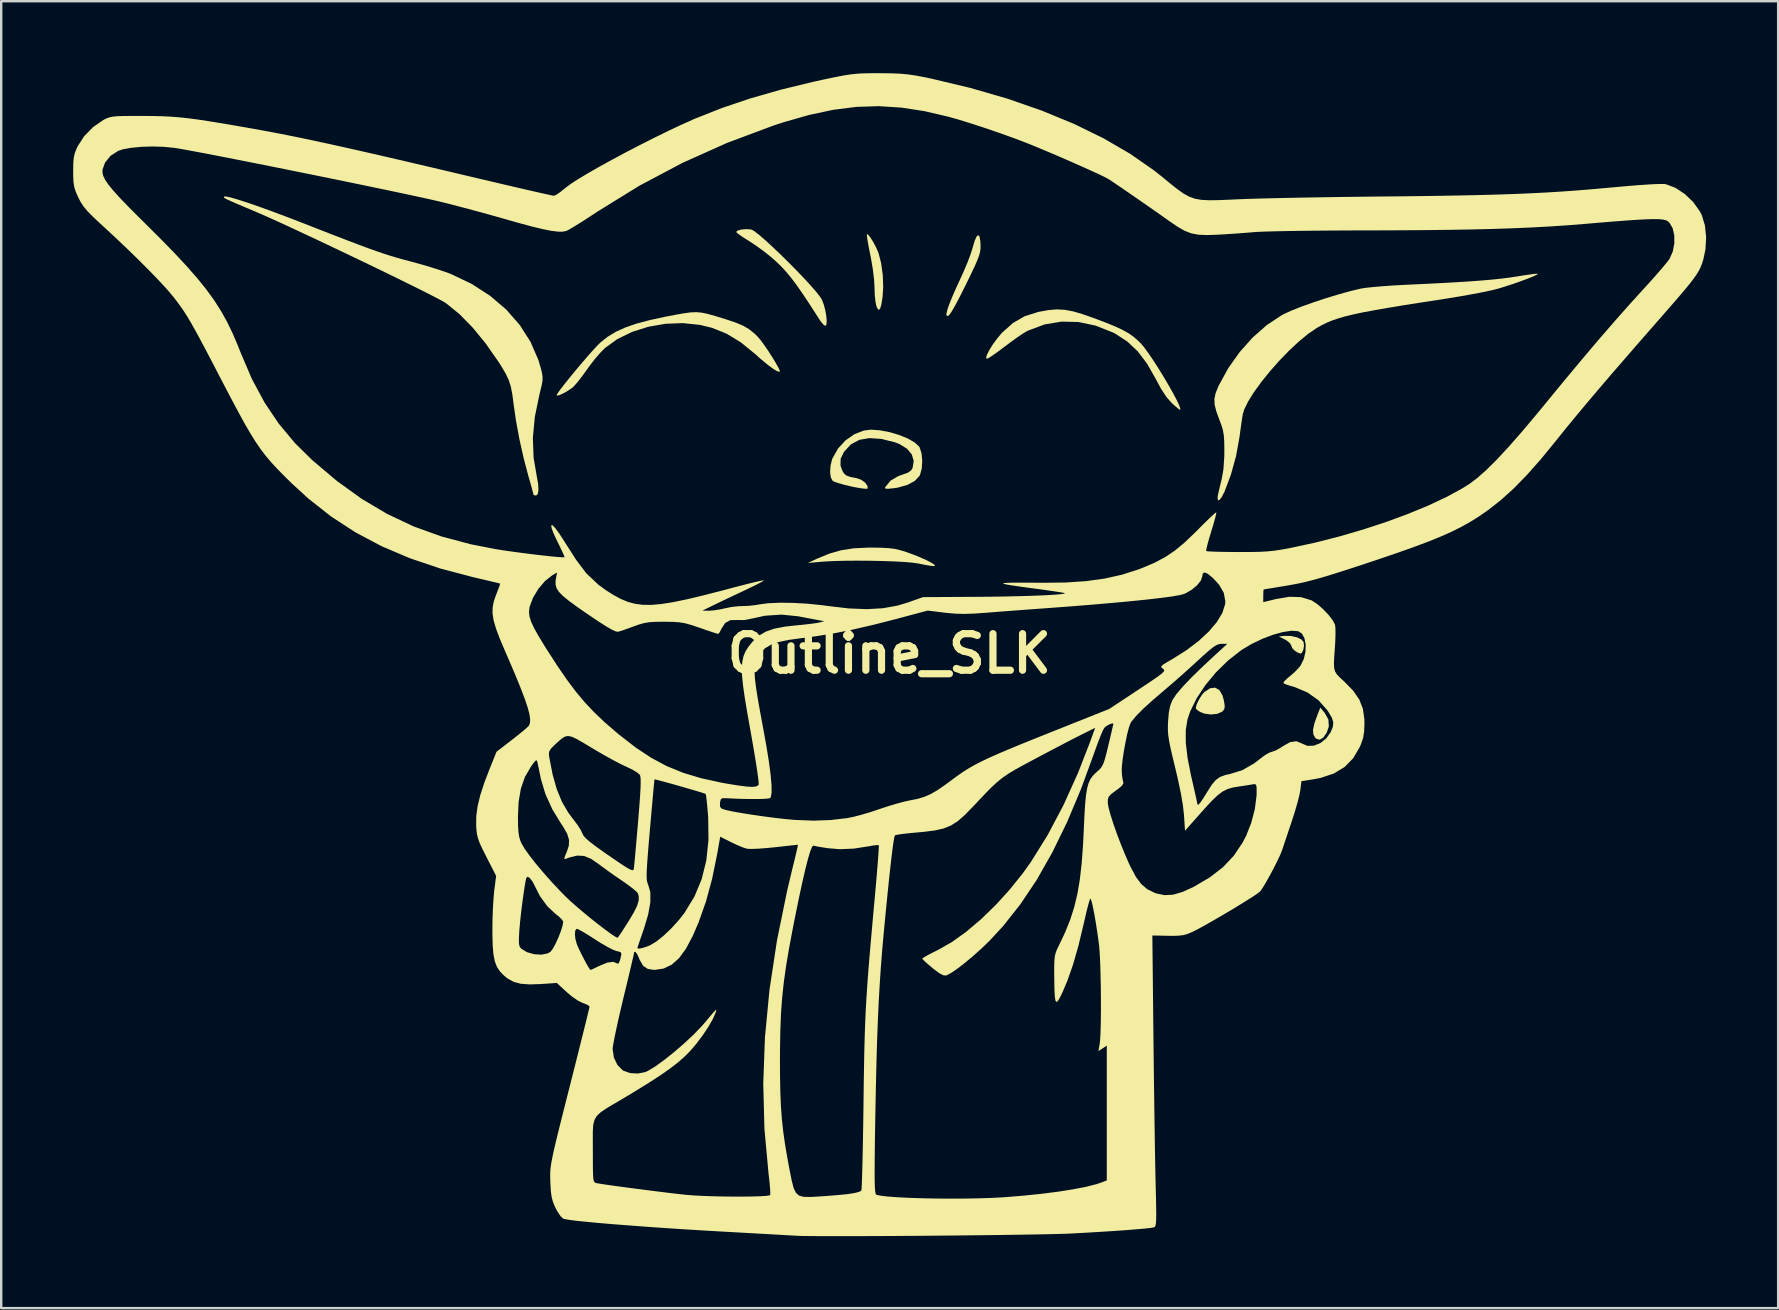
<source format=kicad_pcb>
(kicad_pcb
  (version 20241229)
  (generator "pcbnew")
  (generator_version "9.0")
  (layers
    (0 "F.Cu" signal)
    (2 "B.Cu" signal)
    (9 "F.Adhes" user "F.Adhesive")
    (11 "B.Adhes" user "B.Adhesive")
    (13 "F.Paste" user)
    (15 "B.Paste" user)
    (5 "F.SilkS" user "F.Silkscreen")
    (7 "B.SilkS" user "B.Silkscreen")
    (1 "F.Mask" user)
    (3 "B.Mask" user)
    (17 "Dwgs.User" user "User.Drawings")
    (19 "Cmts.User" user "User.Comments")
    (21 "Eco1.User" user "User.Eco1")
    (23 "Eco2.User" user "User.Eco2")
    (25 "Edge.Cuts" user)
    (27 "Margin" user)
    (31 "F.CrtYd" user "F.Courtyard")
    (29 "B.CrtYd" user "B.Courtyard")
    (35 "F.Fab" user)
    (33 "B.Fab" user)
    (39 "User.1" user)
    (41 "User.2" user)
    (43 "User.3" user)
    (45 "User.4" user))
  (footprint "Outline_SLK"
    (layer "F.Cu")
    (at 34.015 24.193)
    (property "Reference" "Outline_SLK" (at 0 0 0) (layer "F.SilkS") (effects (font (size 1.524 1.524) (thickness 0.3))))
    (attr board_only exclude_from_pos_files exclude_from_bom)
    (fp_poly (pts (xy 18.144 2.468) (xy 18.298 2.741) (xy 18.316 3.035) (xy 18.226 3.297) (xy 18.081 3.502) (xy 17.931 3.586) (xy 17.788 3.542) (xy 17.754 3.511) (xy 17.671 3.367) (xy 17.656 3.178) (xy 17.711 2.918) (xy 17.804 2.651) (xy 17.959 2.248)) (stroke (width 0) (type solid)) (fill yes) (layer "F.SilkS"))
    (fp_poly (pts (xy 16.734 -0.738) (xy 16.98 -0.684) (xy 17.171 -0.593) (xy 17.264 -0.485) (xy 17.281 -0.325) (xy 17.252 -0.157) (xy 17.193 -0.034) (xy 17.138 -0.004) (xy 17.026 -0.043) (xy 16.905 -0.115) (xy 16.789 -0.235) (xy 16.75 -0.339) (xy 16.693 -0.442) (xy 16.547 -0.556) (xy 16.493 -0.586) (xy 16.235 -0.717) (xy 16.476 -0.742)) (stroke (width 0) (type solid)) (fill yes) (layer "F.SilkS"))
    (fp_poly (pts (xy 13.752 1.515) (xy 13.884 1.739) (xy 13.944 1.959) (xy 13.976 2.168) (xy 13.966 2.293) (xy 13.906 2.38) (xy 13.861 2.42) (xy 13.663 2.508) (xy 13.399 2.535) (xy 13.126 2.497) (xy 12.957 2.432) (xy 12.825 2.344) (xy 12.769 2.273) (xy 12.769 2.272) (xy 12.808 2.115) (xy 12.904 1.911) (xy 13.028 1.714) (xy 13.123 1.604) (xy 13.362 1.443) (xy 13.575 1.415)) (stroke (width 0) (type solid)) (fill yes) (layer "F.SilkS"))
    (fp_poly (pts (xy -0.88 -17.458) (xy -0.786 -17.339) (xy -0.673 -17.158) (xy -0.56 -16.948) (xy -0.468 -16.741) (xy -0.45 -16.694) (xy -0.341 -16.273) (xy -0.274 -15.78) (xy -0.256 -15.275) (xy -0.281 -14.882) (xy -0.331 -14.562) (xy -0.384 -14.378) (xy -0.442 -14.326) (xy -0.507 -14.404) (xy -0.541 -14.49) (xy -0.578 -14.667) (xy -0.606 -14.929) (xy -0.618 -15.22) (xy -0.618 -15.249) (xy -0.636 -15.584) (xy -0.685 -16) (xy -0.759 -16.444) (xy -0.794 -16.619) (xy -0.858 -16.939) (xy -0.906 -17.208) (xy -0.934 -17.398) (xy -0.937 -17.483) (xy -0.936 -17.485)) (stroke (width 0) (type solid)) (fill yes) (layer "F.SilkS"))
    (fp_poly (pts (xy 3.761 -17.372) (xy 3.794 -17.164) (xy 3.801 -17.011) (xy 3.799 -16.877) (xy 3.781 -16.743) (xy 3.739 -16.589) (xy 3.665 -16.394) (xy 3.553 -16.137) (xy 3.393 -15.8) (xy 3.179 -15.36) (xy 2.942 -14.887) (xy 2.745 -14.515) (xy 2.593 -14.252) (xy 2.488 -14.104) (xy 2.445 -14.073) (xy 2.388 -14.088) (xy 2.377 -14.155) (xy 2.411 -14.306) (xy 2.44 -14.404) (xy 2.507 -14.591) (xy 2.619 -14.867) (xy 2.762 -15.196) (xy 2.921 -15.542) (xy 2.943 -15.588) (xy 3.106 -15.947) (xy 3.257 -16.308) (xy 3.38 -16.63) (xy 3.458 -16.873) (xy 3.462 -16.887) (xy 3.555 -17.203) (xy 3.638 -17.39) (xy 3.708 -17.447)) (stroke (width 0) (type solid)) (fill yes) (layer "F.SilkS"))
    (fp_poly (pts (xy -0.324 -4.415) (xy -0.024 -4.399) (xy 0.22 -4.368) (xy 0.447 -4.316) (xy 0.699 -4.238) (xy 0.721 -4.231) (xy 1.028 -4.119) (xy 1.317 -4.001) (xy 1.569 -3.886) (xy 1.763 -3.784) (xy 1.88 -3.704) (xy 1.901 -3.658) (xy 1.854 -3.65) (xy 1.7 -3.666) (xy 1.465 -3.706) (xy 1.201 -3.759) (xy 0.967 -3.793) (xy 0.622 -3.822) (xy 0.191 -3.845) (xy -0.299 -3.862) (xy -0.822 -3.873) (xy -1.352 -3.876) (xy -1.863 -3.872) (xy -2.33 -3.859) (xy -2.725 -3.839) (xy -2.849 -3.829) (xy -3.398 -3.779) (xy -3.028 -3.952) (xy -2.509 -4.167) (xy -2.01 -4.311) (xy -1.483 -4.392) (xy -0.883 -4.421) (xy -0.721 -4.421)) (stroke (width 0) (type solid)) (fill yes) (layer "F.SilkS"))
    (fp_poly (pts (xy -5.775 -17.681) (xy -5.749 -17.676) (xy -5.632 -17.613) (xy -5.438 -17.463) (xy -5.184 -17.244) (xy -4.886 -16.971) (xy -4.558 -16.66) (xy -4.218 -16.326) (xy -3.881 -15.985) (xy -3.564 -15.654) (xy -3.282 -15.347) (xy -3.05 -15.082) (xy -2.886 -14.873) (xy -2.817 -14.764) (xy -2.736 -14.561) (xy -2.671 -14.319) (xy -2.628 -14.074) (xy -2.611 -13.86) (xy -2.624 -13.711) (xy -2.667 -13.661) (xy -2.748 -13.714) (xy -2.86 -13.848) (xy -2.908 -13.919) (xy -3.276 -14.492) (xy -3.588 -14.964) (xy -3.858 -15.352) (xy -4.097 -15.671) (xy -4.321 -15.94) (xy -4.541 -16.174) (xy -4.772 -16.392) (xy -4.998 -16.586) (xy -5.286 -16.81) (xy -5.61 -17.042) (xy -5.904 -17.234) (xy -5.921 -17.244) (xy -6.139 -17.381) (xy -6.302 -17.496) (xy -6.381 -17.568) (xy -6.384 -17.576) (xy -6.323 -17.635) (xy -6.171 -17.676) (xy -5.973 -17.694)) (stroke (width 0) (type solid)) (fill yes) (layer "F.SilkS"))
    (fp_poly (pts (xy 7.308 -14.332) (xy 7.662 -14.266) (xy 8.073 -14.144) (xy 8.481 -14.001) (xy 8.994 -13.808) (xy 9.399 -13.643) (xy 9.717 -13.496) (xy 9.97 -13.354) (xy 10.181 -13.206) (xy 10.372 -13.039) (xy 10.472 -12.941) (xy 10.614 -12.774) (xy 10.79 -12.534) (xy 10.99 -12.24) (xy 11.203 -11.909) (xy 11.417 -11.562) (xy 11.622 -11.216) (xy 11.807 -10.89) (xy 11.959 -10.603) (xy 12.07 -10.373) (xy 12.126 -10.219) (xy 12.118 -10.16) (xy 12.116 -10.16) (xy 12.05 -10.203) (xy 11.916 -10.314) (xy 11.774 -10.442) (xy 11.553 -10.69) (xy 11.323 -11.041) (xy 11.106 -11.445) (xy 10.746 -12.079) (xy 10.359 -12.592) (xy 9.928 -13.001) (xy 9.439 -13.322) (xy 9.313 -13.388) (xy 8.597 -13.672) (xy 7.88 -13.823) (xy 7.169 -13.839) (xy 6.472 -13.722) (xy 5.795 -13.47) (xy 5.692 -13.418) (xy 5.544 -13.328) (xy 5.32 -13.175) (xy 5.052 -12.981) (xy 4.802 -12.793) (xy 4.54 -12.597) (xy 4.314 -12.436) (xy 4.146 -12.328) (xy 4.062 -12.288) (xy 4.032 -12.338) (xy 4.073 -12.47) (xy 4.171 -12.661) (xy 4.312 -12.886) (xy 4.482 -13.121) (xy 4.666 -13.341) (xy 4.71 -13.389) (xy 5.155 -13.784) (xy 5.634 -14.06) (xy 6.181 -14.236) (xy 6.228 -14.247) (xy 6.627 -14.319) (xy 6.975 -14.349)) (stroke (width 0) (type solid)) (fill yes) (layer "F.SilkS"))
    (fp_poly (pts (xy -7.824 -14.213) (xy -7.571 -14.16) (xy -7.256 -14.072) (xy -6.845 -13.946) (xy -6.81 -13.935) (xy -6.4 -13.798) (xy -6.089 -13.666) (xy -5.841 -13.52) (xy -5.618 -13.339) (xy -5.478 -13.202) (xy -5.36 -13.061) (xy -5.21 -12.856) (xy -5.044 -12.613) (xy -4.88 -12.358) (xy -4.734 -12.118) (xy -4.623 -11.92) (xy -4.564 -11.79) (xy -4.561 -11.755) (xy -4.649 -11.761) (xy -4.82 -11.857) (xy -5.062 -12.034) (xy -5.364 -12.285) (xy -5.6 -12.495) (xy -6.189 -12.975) (xy -6.776 -13.332) (xy -7.384 -13.579) (xy -7.895 -13.703) (xy -8.61 -13.777) (xy -9.338 -13.748) (xy -10.053 -13.623) (xy -10.728 -13.408) (xy -11.338 -13.11) (xy -11.849 -12.741) (xy -12.042 -12.547) (xy -12.272 -12.28) (xy -12.504 -11.981) (xy -12.623 -11.815) (xy -12.816 -11.546) (xy -13.002 -11.309) (xy -13.156 -11.135) (xy -13.233 -11.066) (xy -13.447 -10.927) (xy -13.644 -10.821) (xy -13.793 -10.762) (xy -13.865 -10.762) (xy -13.867 -10.771) (xy -13.824 -10.853) (xy -13.707 -11.017) (xy -13.53 -11.246) (xy -13.312 -11.518) (xy -13.067 -11.816) (xy -12.813 -12.118) (xy -12.565 -12.405) (xy -12.34 -12.659) (xy -12.154 -12.858) (xy -12.036 -12.974) (xy -11.738 -13.209) (xy -11.402 -13.413) (xy -11.01 -13.592) (xy -10.545 -13.753) (xy -9.988 -13.902) (xy -9.322 -14.046) (xy -8.856 -14.134) (xy -8.529 -14.191) (xy -8.27 -14.225) (xy -8.046 -14.233)) (stroke (width 0) (type solid)) (fill yes) (layer "F.SilkS"))
    (fp_poly (pts (xy -0.384 -9.308) (xy 0.016 -9.231) (xy 0.408 -9.115) (xy 0.761 -8.971) (xy 1.045 -8.81) (xy 1.231 -8.643) (xy 1.265 -8.59) (xy 1.343 -8.341) (xy 1.371 -8.03) (xy 1.35 -7.716) (xy 1.28 -7.457) (xy 1.254 -7.406) (xy 1.058 -7.198) (xy 0.751 -7.033) (xy 0.356 -6.922) (xy 0.179 -6.895) (xy -0.045 -6.873) (xy -0.158 -6.878) (xy -0.183 -6.913) (xy -0.171 -6.942) (xy 0.056 -7.216) (xy 0.382 -7.405) (xy 0.533 -7.457) (xy 0.769 -7.541) (xy 0.905 -7.636) (xy 0.97 -7.745) (xy 1.016 -8.037) (xy 0.933 -8.308) (xy 0.732 -8.545) (xy 0.42 -8.737) (xy 0.225 -8.812) (xy -0.336 -8.951) (xy -0.828 -8.984) (xy -1.244 -8.914) (xy -1.577 -8.739) (xy -1.621 -8.703) (xy -1.892 -8.41) (xy -2.03 -8.125) (xy -2.036 -7.838) (xy -1.957 -7.621) (xy -1.882 -7.5) (xy -1.786 -7.422) (xy -1.633 -7.368) (xy -1.384 -7.319) (xy -1.355 -7.314) (xy -1.167 -7.245) (xy -1.006 -7.125) (xy -0.909 -6.988) (xy -0.903 -6.881) (xy -0.976 -6.871) (xy -1.152 -6.889) (xy -1.402 -6.931) (xy -1.592 -6.97) (xy -1.888 -7.041) (xy -2.14 -7.113) (xy -2.313 -7.176) (xy -2.364 -7.204) (xy -2.439 -7.343) (xy -2.469 -7.567) (xy -2.452 -7.832) (xy -2.389 -8.092) (xy -2.369 -8.143) (xy -2.139 -8.549) (xy -1.827 -8.889) (xy -1.459 -9.146) (xy -1.061 -9.3) (xy -0.765 -9.336)) (stroke (width 0) (type solid)) (fill yes) (layer "F.SilkS"))
    (fp_poly (pts (xy -27.429 -19.007) (xy -27.123 -18.917) (xy -26.726 -18.788) (xy -26.25 -18.624) (xy -25.709 -18.428) (xy -25.113 -18.204) (xy -24.534 -17.981) (xy -23.77 -17.682) (xy -23.12 -17.429) (xy -22.567 -17.216) (xy -22.099 -17.039) (xy -21.701 -16.891) (xy -21.358 -16.769) (xy -21.056 -16.666) (xy -20.78 -16.578) (xy -20.516 -16.499) (xy -20.249 -16.424) (xy -19.965 -16.349) (xy -19.93 -16.34) (xy -19.506 -16.224) (xy -19.075 -16.096) (xy -18.678 -15.969) (xy -18.358 -15.857) (xy -18.261 -15.819) (xy -17.401 -15.407) (xy -16.634 -14.912) (xy -15.967 -14.341) (xy -15.406 -13.702) (xy -14.958 -13.002) (xy -14.63 -12.248) (xy -14.523 -11.891) (xy -14.475 -11.692) (xy -14.452 -11.533) (xy -14.456 -11.375) (xy -14.491 -11.178) (xy -14.558 -10.9) (xy -14.584 -10.796) (xy -14.776 -9.864) (xy -14.857 -8.994) (xy -14.827 -8.167) (xy -14.692 -7.38) (xy -14.637 -7.079) (xy -14.624 -6.83) (xy -14.652 -6.658) (xy -14.72 -6.59) (xy -14.725 -6.59) (xy -14.817 -6.608) (xy -14.828 -6.623) (xy -14.846 -6.698) (xy -14.895 -6.877) (xy -14.966 -7.132) (xy -15.039 -7.384) (xy -15.241 -8.15) (xy -15.421 -8.955) (xy -15.566 -9.743) (xy -15.658 -10.391) (xy -15.713 -10.807) (xy -15.776 -11.129) (xy -15.863 -11.403) (xy -15.991 -11.673) (xy -16.174 -11.984) (xy -16.286 -12.159) (xy -16.819 -12.922) (xy -17.367 -13.592) (xy -17.918 -14.153) (xy -18.461 -14.594) (xy -18.5 -14.621) (xy -18.637 -14.702) (xy -18.885 -14.834) (xy -19.23 -15.011) (xy -19.658 -15.226) (xy -20.156 -15.472) (xy -20.709 -15.744) (xy -21.305 -16.033) (xy -21.928 -16.334) (xy -22.566 -16.639) (xy -23.205 -16.943) (xy -23.83 -17.239) (xy -24.429 -17.52) (xy -24.987 -17.78) (xy -25.49 -18.011) (xy -25.926 -18.208) (xy -26.279 -18.363) (xy -26.378 -18.405) (xy -26.832 -18.597) (xy -27.175 -18.743) (xy -27.421 -18.85) (xy -27.586 -18.924) (xy -27.683 -18.975) (xy -27.729 -19.007) (xy -27.738 -19.029) (xy -27.724 -19.048) (xy -27.722 -19.051) (xy -27.633 -19.053)) (stroke (width 0) (type solid)) (fill yes) (layer "F.SilkS"))
    (fp_poly (pts (xy 27.026 -15.833) (xy 27.027 -15.833) (xy 26.985 -15.795) (xy 26.836 -15.724) (xy 26.604 -15.63) (xy 26.314 -15.522) (xy 25.99 -15.408) (xy 25.655 -15.299) (xy 25.369 -15.212) (xy 25.117 -15.149) (xy 24.759 -15.072) (xy 24.325 -14.988) (xy 23.845 -14.902) (xy 23.349 -14.82) (xy 23.173 -14.792) (xy 22.263 -14.652) (xy 21.477 -14.528) (xy 20.803 -14.417) (xy 20.23 -14.317) (xy 19.745 -14.226) (xy 19.337 -14.139) (xy 18.993 -14.056) (xy 18.702 -13.972) (xy 18.453 -13.886) (xy 18.232 -13.794) (xy 18.029 -13.695) (xy 17.831 -13.584) (xy 17.815 -13.575) (xy 17.458 -13.332) (xy 17.069 -13.012) (xy 16.663 -12.633) (xy 16.257 -12.215) (xy 15.868 -11.775) (xy 15.51 -11.332) (xy 15.2 -10.906) (xy 14.955 -10.515) (xy 14.79 -10.177) (xy 14.732 -9.988) (xy 14.706 -9.836) (xy 14.669 -9.586) (xy 14.626 -9.276) (xy 14.593 -9.027) (xy 14.451 -8.241) (xy 14.234 -7.456) (xy 13.965 -6.745) (xy 13.853 -6.527) (xy 13.76 -6.407) (xy 13.697 -6.392) (xy 13.678 -6.488) (xy 13.694 -6.607) (xy 13.734 -6.793) (xy 13.795 -7.05) (xy 13.852 -7.277) (xy 13.924 -7.688) (xy 13.959 -8.204) (xy 13.962 -8.478) (xy 13.957 -8.838) (xy 13.938 -9.105) (xy 13.9 -9.324) (xy 13.834 -9.539) (xy 13.768 -9.714) (xy 13.632 -10.082) (xy 13.558 -10.368) (xy 13.546 -10.61) (xy 13.594 -10.847) (xy 13.702 -11.118) (xy 13.725 -11.168) (xy 14.121 -11.893) (xy 14.601 -12.571) (xy 15.144 -13.179) (xy 15.733 -13.697) (xy 16.347 -14.103) (xy 16.452 -14.159) (xy 16.767 -14.303) (xy 17.184 -14.467) (xy 17.67 -14.641) (xy 18.193 -14.814) (xy 18.722 -14.975) (xy 19.224 -15.114) (xy 19.634 -15.212) (xy 19.837 -15.245) (xy 20.15 -15.279) (xy 20.544 -15.313) (xy 20.991 -15.345) (xy 21.462 -15.371) (xy 21.59 -15.377) (xy 22.512 -15.42) (xy 23.311 -15.462) (xy 23.999 -15.503) (xy 24.59 -15.545) (xy 25.098 -15.588) (xy 25.535 -15.634) (xy 25.916 -15.684) (xy 26.181 -15.725) (xy 26.499 -15.776) (xy 26.764 -15.813) (xy 26.949 -15.834)) (stroke (width 0) (type solid)) (fill yes) (layer "F.SilkS"))
    (fp_poly (pts (xy -0.378 -24.192) (xy 0.082 -24.187) (xy 0.452 -24.172) (xy 0.779 -24.142) (xy 1.111 -24.093) (xy 1.494 -24.02) (xy 1.751 -23.966) (xy 3.377 -23.578) (xy 4.914 -23.133) (xy 6.356 -22.632) (xy 7.696 -22.08) (xy 8.927 -21.478) (xy 10.042 -20.829) (xy 11.036 -20.137) (xy 11.361 -19.879) (xy 11.725 -19.579) (xy 12.022 -19.345) (xy 12.274 -19.168) (xy 12.508 -19.042) (xy 12.745 -18.96) (xy 13.011 -18.913) (xy 13.33 -18.897) (xy 13.724 -18.902) (xy 14.219 -18.923) (xy 14.541 -18.938) (xy 14.902 -18.952) (xy 15.382 -18.967) (xy 15.963 -18.982) (xy 16.626 -18.996) (xy 17.352 -19.01) (xy 18.124 -19.023) (xy 18.924 -19.035) (xy 19.732 -19.045) (xy 20.286 -19.051) (xy 21.51 -19.063) (xy 22.612 -19.077) (xy 23.604 -19.094) (xy 24.502 -19.112) (xy 25.319 -19.134) (xy 26.07 -19.159) (xy 26.768 -19.189) (xy 27.428 -19.223) (xy 28.064 -19.263) (xy 28.691 -19.308) (xy 29.321 -19.36) (xy 29.97 -19.418) (xy 30.017 -19.423) (xy 30.687 -19.483) (xy 31.257 -19.529) (xy 31.721 -19.56) (xy 32.068 -19.575) (xy 32.292 -19.574) (xy 32.362 -19.566) (xy 32.762 -19.415) (xy 33.154 -19.156) (xy 33.504 -18.82) (xy 33.78 -18.433) (xy 33.863 -18.269) (xy 33.991 -17.846) (xy 34.041 -17.356) (xy 34.013 -16.847) (xy 33.921 -16.419) (xy 33.87 -16.26) (xy 33.813 -16.113) (xy 33.741 -15.966) (xy 33.644 -15.806) (xy 33.513 -15.62) (xy 33.338 -15.394) (xy 33.109 -15.117) (xy 32.818 -14.776) (xy 32.454 -14.357) (xy 32.026 -13.867) (xy 31.281 -13.016) (xy 30.62 -12.255) (xy 30.031 -11.574) (xy 29.507 -10.961) (xy 29.037 -10.406) (xy 28.613 -9.897) (xy 28.224 -9.424) (xy 27.862 -8.974) (xy 27.768 -8.856) (xy 27.146 -8.097) (xy 26.57 -7.447) (xy 26.027 -6.891) (xy 25.5 -6.414) (xy 24.977 -6.001) (xy 24.911 -5.954) (xy 24.561 -5.712) (xy 24.205 -5.49) (xy 23.829 -5.28) (xy 23.417 -5.075) (xy 22.953 -4.869) (xy 22.422 -4.655) (xy 21.807 -4.426) (xy 21.095 -4.174) (xy 20.268 -3.894) (xy 20.116 -3.843) (xy 19.428 -3.616) (xy 18.852 -3.429) (xy 18.369 -3.277) (xy 17.962 -3.155) (xy 17.611 -3.058) (xy 17.3 -2.98) (xy 17.01 -2.917) (xy 16.723 -2.863) (xy 16.615 -2.844) (xy 16.263 -2.786) (xy 15.963 -2.736) (xy 15.74 -2.7) (xy 15.617 -2.68) (xy 15.6 -2.678) (xy 15.589 -2.617) (xy 15.584 -2.465) (xy 15.583 -2.412) (xy 15.583 -2.147) (xy 16.115 -2.278) (xy 16.677 -2.372) (xy 17.164 -2.355) (xy 17.582 -2.227) (xy 17.618 -2.209) (xy 17.834 -2.067) (xy 18.069 -1.864) (xy 18.292 -1.632) (xy 18.469 -1.406) (xy 18.57 -1.219) (xy 18.577 -1.198) (xy 18.591 -1.052) (xy 18.594 -0.808) (xy 18.584 -0.504) (xy 18.571 -0.282) (xy 18.542 0.108) (xy 18.528 0.389) (xy 18.537 0.59) (xy 18.575 0.738) (xy 18.651 0.862) (xy 18.772 0.99) (xy 18.947 1.151) (xy 18.97 1.172) (xy 19.336 1.549) (xy 19.586 1.913) (xy 19.735 2.295) (xy 19.797 2.726) (xy 19.8 2.918) (xy 19.787 3.251) (xy 19.744 3.513) (xy 19.658 3.767) (xy 19.602 3.896) (xy 19.331 4.358) (xy 18.974 4.723) (xy 18.526 4.994) (xy 17.976 5.177) (xy 17.687 5.233) (xy 17.174 5.315) (xy 17.127 5.692) (xy 17.087 5.901) (xy 17.011 6.202) (xy 16.909 6.555) (xy 16.792 6.922) (xy 16.778 6.965) (xy 16.657 7.325) (xy 16.543 7.667) (xy 16.446 7.956) (xy 16.381 8.156) (xy 16.374 8.174) (xy 16.297 8.369) (xy 16.171 8.638) (xy 16.014 8.949) (xy 15.845 9.267) (xy 15.681 9.557) (xy 15.541 9.786) (xy 15.454 9.908) (xy 15.36 9.984) (xy 15.167 10.114) (xy 14.897 10.286) (xy 14.572 10.487) (xy 14.212 10.705) (xy 13.839 10.925) (xy 13.475 11.137) (xy 13.14 11.327) (xy 12.856 11.481) (xy 12.644 11.589) (xy 12.634 11.593) (xy 12.43 11.68) (xy 12.245 11.731) (xy 12.032 11.755) (xy 11.746 11.76) (xy 11.608 11.757) (xy 10.961 11.745) (xy 11.007 16.015) (xy 11.016 16.835) (xy 11.026 17.665) (xy 11.037 18.486) (xy 11.048 19.281) (xy 11.059 20.028) (xy 11.07 20.71) (xy 11.081 21.306) (xy 11.091 21.798) (xy 11.097 22.08) (xy 11.111 22.622) (xy 11.119 23.043) (xy 11.123 23.359) (xy 11.12 23.584) (xy 11.11 23.736) (xy 11.093 23.829) (xy 11.068 23.88) (xy 11.033 23.904) (xy 11.012 23.912) (xy 10.881 23.934) (xy 10.63 23.961) (xy 10.274 23.992) (xy 9.832 24.027) (xy 9.318 24.063) (xy 8.751 24.099) (xy 8.146 24.135) (xy 7.551 24.167) (xy 7.281 24.178) (xy 6.895 24.188) (xy 6.407 24.199) (xy 5.831 24.209) (xy 5.182 24.219) (xy 4.472 24.229) (xy 3.717 24.238) (xy 2.931 24.246) (xy 2.126 24.254) (xy 1.317 24.261) (xy 0.519 24.266) (xy -0.256 24.271) (xy -0.992 24.274) (xy -1.677 24.276) (xy -2.295 24.276) (xy -2.833 24.275) (xy -3.278 24.272) (xy -3.615 24.268) (xy -3.83 24.261) (xy -3.844 24.26) (xy -4.016 24.25) (xy -4.306 24.234) (xy -4.695 24.212) (xy -5.165 24.185) (xy -5.697 24.156) (xy -6.272 24.123) (xy -6.831 24.092) (xy -7.705 24.042) (xy -8.56 23.989) (xy -9.386 23.935) (xy -10.17 23.88) (xy -10.901 23.825) (xy -11.569 23.773) (xy -12.161 23.722) (xy -12.667 23.674) (xy -13.075 23.631) (xy -13.374 23.592) (xy -13.553 23.56) (xy -13.593 23.546) (xy -13.702 23.443) (xy -13.829 23.257) (xy -13.925 23.077) (xy -14.016 22.859) (xy -14.075 22.644) (xy -14.109 22.387) (xy -14.128 22.043) (xy -14.13 22.002) (xy -14.134 21.844) (xy -14.135 21.699) (xy -14.13 21.556) (xy -14.115 21.4) (xy -14.088 21.218) (xy -14.046 20.997) (xy -13.988 20.723) (xy -13.909 20.384) (xy -13.873 20.235) (xy -12.359 20.235) (xy -12.357 20.689) (xy -12.357 20.708) (xy -12.356 21.165) (xy -12.354 21.503) (xy -12.347 21.741) (xy -12.334 21.897) (xy -12.312 21.99) (xy -12.28 22.037) (xy -12.235 22.059) (xy -12.202 22.066) (xy -12.053 22.092) (xy -11.79 22.132) (xy -11.438 22.181) (xy -11.021 22.238) (xy -10.563 22.298) (xy -10.085 22.36) (xy -9.614 22.419) (xy -9.171 22.474) (xy -8.781 22.52) (xy -8.478 22.553) (xy -8.182 22.577) (xy -7.815 22.597) (xy -7.399 22.612) (xy -6.956 22.622) (xy -6.509 22.627) (xy -6.08 22.627) (xy -5.691 22.622) (xy -5.365 22.612) (xy -5.123 22.596) (xy -4.988 22.575) (xy -4.97 22.566) (xy -4.961 22.486) (xy -4.97 22.296) (xy -4.994 22.025) (xy -5.031 21.698) (xy -5.037 21.645) (xy -5.206 19.811) (xy -5.255 17.927) (xy -5.219 16.922) (xy -4.559 16.922) (xy -4.555 17.674) (xy -4.542 18.32) (xy -4.517 18.891) (xy -4.478 19.418) (xy -4.421 19.932) (xy -4.345 20.464) (xy -4.245 21.047) (xy -4.15 21.556) (xy -4.067 21.969) (xy -3.99 22.266) (xy -3.898 22.464) (xy -3.77 22.581) (xy -3.586 22.635) (xy -3.324 22.643) (xy -2.963 22.625) (xy -2.918 22.622) (xy -2.546 22.596) (xy -2.167 22.565) (xy -1.836 22.533) (xy -1.689 22.516) (xy -1.446 22.477) (xy -1.259 22.429) (xy -1.169 22.382) (xy -1.168 22.381) (xy -1.158 22.3) (xy -1.147 22.094) (xy -1.136 21.79) (xy -0.613 21.79) (xy -0.609 22.077) (xy -0.601 22.285) (xy -0.588 22.424) (xy -0.571 22.507) (xy -0.549 22.545) (xy -0.542 22.55) (xy -0.366 22.589) (xy -0.073 22.624) (xy 0.319 22.653) (xy 0.792 22.677) (xy 1.324 22.695) (xy 1.899 22.707) (xy 2.495 22.712) (xy 3.095 22.71) (xy 3.679 22.7) (xy 4.228 22.683) (xy 4.722 22.658) (xy 4.805 22.652) (xy 5.594 22.588) (xy 6.346 22.51) (xy 7.042 22.421) (xy 7.667 22.322) (xy 8.202 22.218) (xy 8.631 22.109) (xy 8.873 22.027) (xy 9.062 21.951) (xy 9.062 16.335) (xy 8.888 16.449) (xy 8.714 16.563) (xy 8.766 16.262) (xy 8.788 16.057) (xy 8.803 15.74) (xy 8.813 15.335) (xy 8.818 14.869) (xy 8.817 14.367) (xy 8.812 13.853) (xy 8.801 13.352) (xy 8.787 12.89) (xy 8.767 12.492) (xy 8.744 12.182) (xy 8.732 12.082) (xy 8.664 11.594) (xy 8.595 11.155) (xy 8.529 10.78) (xy 8.469 10.486) (xy 8.419 10.29) (xy 8.38 10.208) (xy 8.371 10.209) (xy 8.339 10.292) (xy 8.285 10.484) (xy 8.215 10.761) (xy 8.137 11.096) (xy 8.1 11.258) (xy 7.882 12.167) (xy 7.657 12.953) (xy 7.42 13.631) (xy 7.221 14.1) (xy 7.109 14.333) (xy 7.025 14.475) (xy 6.963 14.52) (xy 6.922 14.459) (xy 6.895 14.286) (xy 6.88 13.993) (xy 6.873 13.572) (xy 6.872 13.436) (xy 6.87 13.07) (xy 6.877 12.808) (xy 6.896 12.616) (xy 6.933 12.462) (xy 6.993 12.311) (xy 7.072 12.149) (xy 7.326 11.613) (xy 7.535 11.093) (xy 7.704 10.567) (xy 7.837 10.012) (xy 7.94 9.403) (xy 8.017 8.72) (xy 8.074 7.937) (xy 8.103 7.345) (xy 8.13 6.754) (xy 8.159 6.282) (xy 8.165 6.217) (xy 9.103 6.217) (xy 9.134 6.406) (xy 9.211 6.695) (xy 9.326 7.058) (xy 9.469 7.468) (xy 9.632 7.9) (xy 9.805 8.328) (xy 9.978 8.726) (xy 10.058 8.896) (xy 10.277 9.304) (xy 10.498 9.601) (xy 10.744 9.811) (xy 11.04 9.96) (xy 11.146 9.997) (xy 11.476 10.064) (xy 11.822 10.044) (xy 12.208 9.934) (xy 12.662 9.729) (xy 12.683 9.718) (xy 13.354 9.325) (xy 13.906 8.898) (xy 14.357 8.419) (xy 14.723 7.873) (xy 14.873 7.584) (xy 15.085 7.045) (xy 15.233 6.469) (xy 15.304 5.915) (xy 15.307 5.778) (xy 15.305 5.567) (xy 15.284 5.463) (xy 15.226 5.434) (xy 15.12 5.45) (xy 14.937 5.481) (xy 14.695 5.518) (xy 14.588 5.533) (xy 14.32 5.577) (xy 14.097 5.642) (xy 13.894 5.742) (xy 13.689 5.895) (xy 13.456 6.116) (xy 13.171 6.422) (xy 13.032 6.578) (xy 12.322 7.38) (xy 12.28 6.726) (xy 12.233 6.31) (xy 12.142 5.781) (xy 12.008 5.154) (xy 11.911 4.746) (xy 11.797 4.276) (xy 11.714 3.912) (xy 11.658 3.628) (xy 11.624 3.397) (xy 11.609 3.193) (xy 11.609 3.183) (xy 12.354 3.183) (xy 12.355 3.71) (xy 12.427 4.335) (xy 12.57 5.068) (xy 12.596 5.18) (xy 12.679 5.539) (xy 12.75 5.851) (xy 12.803 6.092) (xy 12.833 6.236) (xy 12.837 6.266) (xy 12.865 6.305) (xy 12.949 6.223) (xy 13.089 6.02) (xy 13.244 5.767) (xy 13.435 5.466) (xy 13.605 5.265) (xy 13.786 5.136) (xy 14.012 5.054) (xy 14.196 5.014) (xy 14.709 4.856) (xy 15.201 4.575) (xy 15.456 4.378) (xy 15.655 4.229) (xy 15.839 4.124) (xy 15.94 4.09) (xy 16.088 4.04) (xy 16.287 3.933) (xy 16.403 3.855) (xy 16.702 3.688) (xy 16.962 3.649) (xy 17.186 3.739) (xy 17.192 3.744) (xy 17.428 3.843) (xy 17.697 3.832) (xy 17.968 3.724) (xy 18.211 3.53) (xy 18.397 3.263) (xy 18.398 3.26) (xy 18.485 3.043) (xy 18.501 2.859) (xy 18.44 2.665) (xy 18.295 2.42) (xy 18.253 2.358) (xy 17.889 1.946) (xy 17.43 1.619) (xy 16.894 1.391) (xy 16.765 1.355) (xy 16.571 1.296) (xy 16.445 1.24) (xy 16.419 1.216) (xy 16.46 1.148) (xy 16.582 1.03) (xy 16.696 0.938) (xy 16.9 0.761) (xy 17.081 0.569) (xy 17.141 0.49) (xy 17.273 0.221) (xy 17.342 -0.078) (xy 17.351 -0.374) (xy 17.302 -0.638) (xy 17.196 -0.836) (xy 17.041 -0.937) (xy 16.763 -0.956) (xy 16.403 -0.902) (xy 15.988 -0.787) (xy 15.547 -0.62) (xy 15.108 -0.41) (xy 14.7 -0.167) (xy 14.658 -0.139) (xy 14.115 0.287) (xy 13.612 0.779) (xy 13.168 1.315) (xy 12.803 1.868) (xy 12.534 2.415) (xy 12.424 2.746) (xy 12.354 3.183) (xy 11.609 3.183) (xy 11.609 2.989) (xy 11.616 2.826) (xy 11.647 2.455) (xy 11.703 2.175) (xy 11.794 1.944) (xy 11.804 1.925) (xy 11.958 1.693) (xy 12.221 1.382) (xy 12.591 0.994) (xy 13.066 0.53) (xy 13.548 0.082) (xy 14.087 -0.412) (xy 13.85 -0.412) (xy 13.744 -0.401) (xy 13.632 -0.358) (xy 13.494 -0.27) (xy 13.311 -0.122) (xy 13.062 0.099) (xy 12.864 0.281) (xy 12.531 0.585) (xy 12.167 0.911) (xy 11.814 1.22) (xy 11.516 1.476) (xy 11.499 1.49) (xy 10.981 1.933) (xy 10.573 2.304) (xy 10.276 2.604) (xy 10.091 2.829) (xy 10.049 2.899) (xy 9.986 3.07) (xy 9.916 3.34) (xy 9.845 3.673) (xy 9.779 4.032) (xy 9.726 4.38) (xy 9.693 4.681) (xy 9.684 4.87) (xy 9.699 5.093) (xy 9.729 5.277) (xy 9.742 5.319) (xy 9.752 5.41) (xy 9.692 5.505) (xy 9.543 5.631) (xy 9.446 5.701) (xy 9.252 5.844) (xy 9.148 5.954) (xy 9.107 6.07) (xy 9.103 6.217) (xy 8.165 6.217) (xy 8.194 5.911) (xy 8.24 5.625) (xy 8.299 5.405) (xy 8.377 5.233) (xy 8.477 5.093) (xy 8.603 4.965) (xy 8.653 4.921) (xy 8.765 4.82) (xy 8.849 4.718) (xy 8.916 4.588) (xy 8.98 4.403) (xy 9.052 4.135) (xy 9.128 3.818) (xy 9.206 3.491) (xy 9.27 3.216) (xy 9.315 3.018) (xy 9.336 2.924) (xy 9.336 2.92) (xy 9.287 2.905) (xy 9.174 2.944) (xy 9.046 3.016) (xy 8.965 3.082) (xy 8.905 3.188) (xy 8.814 3.396) (xy 8.702 3.681) (xy 8.581 4.014) (xy 8.543 4.122) (xy 7.989 5.638) (xy 7.406 7.023) (xy 6.792 8.282) (xy 6.145 9.422) (xy 5.461 10.445) (xy 4.738 11.357) (xy 4.188 11.952) (xy 3.865 12.265) (xy 3.524 12.572) (xy 3.186 12.856) (xy 2.874 13.1) (xy 2.608 13.285) (xy 2.411 13.396) (xy 2.367 13.412) (xy 2.254 13.406) (xy 2.09 13.321) (xy 1.857 13.149) (xy 1.801 13.103) (xy 1.602 12.935) (xy 1.452 12.799) (xy 1.377 12.718) (xy 1.373 12.708) (xy 1.431 12.662) (xy 1.588 12.571) (xy 1.819 12.451) (xy 2.042 12.34) (xy 2.603 12.021) (xy 3.199 11.594) (xy 3.812 11.076) (xy 4.421 10.486) (xy 5.01 9.84) (xy 5.558 9.158) (xy 5.897 8.684) (xy 6.597 7.56) (xy 7.256 6.314) (xy 7.867 4.96) (xy 8.348 3.724) (xy 8.579 3.089) (xy 7.945 3.405) (xy 7.684 3.537) (xy 7.334 3.719) (xy 6.924 3.933) (xy 6.485 4.164) (xy 6.048 4.396) (xy 6.007 4.418) (xy 5.579 4.647) (xy 5.239 4.835) (xy 4.963 5.001) (xy 4.726 5.163) (xy 4.506 5.339) (xy 4.278 5.549) (xy 4.019 5.81) (xy 3.705 6.141) (xy 3.465 6.396) (xy 3.137 6.732) (xy 2.849 6.982) (xy 2.57 7.16) (xy 2.266 7.283) (xy 1.905 7.366) (xy 1.454 7.424) (xy 1.221 7.445) (xy 0.875 7.477) (xy 0.578 7.51) (xy 0.359 7.541) (xy 0.243 7.565) (xy 0.232 7.571) (xy 0.205 7.66) (xy 0.168 7.88) (xy 0.121 8.224) (xy 0.066 8.688) (xy 0.002 9.265) (xy -0.069 9.949) (xy -0.147 10.734) (xy -0.232 11.614) (xy -0.234 11.636) (xy -0.298 12.353) (xy -0.354 13.064) (xy -0.402 13.787) (xy -0.445 14.538) (xy -0.481 15.336) (xy -0.513 16.197) (xy -0.54 17.14) (xy -0.564 18.181) (xy -0.586 19.338) (xy -0.591 19.615) (xy -0.602 20.336) (xy -0.609 20.931) (xy -0.613 21.412) (xy -0.613 21.79) (xy -1.136 21.79) (xy -1.136 21.777) (xy -1.124 21.362) (xy -1.112 20.862) (xy -1.101 20.29) (xy -1.09 19.659) (xy -1.08 18.983) (xy -1.077 18.721) (xy -1.067 17.904) (xy -1.055 17.183) (xy -1.043 16.539) (xy -1.027 15.952) (xy -1.008 15.401) (xy -0.984 14.866) (xy -0.953 14.328) (xy -0.916 13.767) (xy -0.871 13.163) (xy -0.816 12.495) (xy -0.75 11.745) (xy -0.674 10.891) (xy -0.614 10.235) (xy -0.566 9.698) (xy -0.523 9.205) (xy -0.488 8.774) (xy -0.461 8.42) (xy -0.444 8.16) (xy -0.438 8.011) (xy -0.44 7.981) (xy -0.518 7.977) (xy -0.688 7.997) (xy -0.836 8.024) (xy -1.482 8.124) (xy -2.057 8.149) (xy -2.546 8.109) (xy -2.809 8.069) (xy -3.027 8.031) (xy -3.156 8.001) (xy -3.165 7.998) (xy -3.22 8.049) (xy -3.295 8.232) (xy -3.389 8.544) (xy -3.501 8.983) (xy -3.631 9.546) (xy -3.778 10.229) (xy -3.941 11.029) (xy -4.013 11.396) (xy -4.173 12.243) (xy -4.3 12.993) (xy -4.397 13.679) (xy -4.468 14.338) (xy -4.516 15.002) (xy -4.544 15.707) (xy -4.557 16.488) (xy -4.559 16.922) (xy -5.219 16.922) (xy -5.185 15.991) (xy -4.994 13.999) (xy -4.683 11.948) (xy -4.251 9.837) (xy -4.02 8.873) (xy -3.938 8.542) (xy -3.872 8.266) (xy -3.828 8.066) (xy -3.81 7.969) (xy -3.811 7.963) (xy -3.883 7.97) (xy -4.066 7.99) (xy -4.335 8.019) (xy -4.665 8.056) (xy -4.78 8.068) (xy -5.144 8.104) (xy -5.476 8.128) (xy -5.743 8.137) (xy -5.914 8.132) (xy -5.936 8.128) (xy -6.102 8.075) (xy -6.338 7.978) (xy -6.594 7.858) (xy -6.596 7.856) (xy -7.049 7.629) (xy -7.167 8.306) (xy -7.384 9.374) (xy -7.645 10.335) (xy -7.957 11.215) (xy -8.199 11.774) (xy -8.477 12.297) (xy -8.764 12.69) (xy -9.071 12.963) (xy -9.407 13.123) (xy -9.781 13.179) (xy -9.8 13.179) (xy -10.066 13.14) (xy -10.261 13.006) (xy -10.407 12.76) (xy -10.441 12.673) (xy -10.515 12.514) (xy -10.586 12.427) (xy -10.633 12.431) (xy -10.641 12.477) (xy -10.656 12.555) (xy -10.701 12.748) (xy -10.769 13.04) (xy -10.857 13.412) (xy -10.961 13.846) (xy -11.077 14.326) (xy -11.087 14.366) (xy -11.205 14.863) (xy -11.312 15.33) (xy -11.402 15.746) (xy -11.472 16.091) (xy -11.517 16.343) (xy -11.533 16.483) (xy -11.48 16.833) (xy -11.335 17.139) (xy -11.117 17.36) (xy -11.092 17.376) (xy -10.811 17.479) (xy -10.481 17.498) (xy -10.164 17.433) (xy -10.071 17.392) (xy -9.759 17.204) (xy -9.386 16.936) (xy -8.979 16.612) (xy -8.566 16.256) (xy -8.176 15.893) (xy -7.838 15.545) (xy -7.679 15.364) (xy -7.464 15.105) (xy -7.323 14.94) (xy -7.244 14.855) (xy -7.214 14.838) (xy -7.217 14.877) (xy -7.242 14.959) (xy -7.243 14.963) (xy -7.352 15.218) (xy -7.535 15.539) (xy -7.768 15.891) (xy -8.03 16.241) (xy -8.298 16.555) (xy -8.327 16.586) (xy -8.56 16.817) (xy -8.83 17.052) (xy -9.153 17.3) (xy -9.543 17.572) (xy -10.014 17.878) (xy -10.581 18.229) (xy -11.087 18.533) (xy -11.498 18.775) (xy -11.811 18.962) (xy -12.037 19.118) (xy -12.192 19.265) (xy -12.288 19.427) (xy -12.339 19.627) (xy -12.358 19.889) (xy -12.359 20.235) (xy -13.873 20.235) (xy -13.807 19.966) (xy -13.68 19.456) (xy -13.525 18.84) (xy -13.339 18.105) (xy -13.323 18.044) (xy -13.159 17.396) (xy -13.006 16.788) (xy -12.867 16.233) (xy -12.745 15.744) (xy -12.643 15.334) (xy -12.566 15.017) (xy -12.515 14.805) (xy -12.494 14.711) (xy -12.494 14.708) (xy -12.553 14.651) (xy -12.702 14.584) (xy -12.767 14.562) (xy -12.972 14.464) (xy -13.225 14.291) (xy -13.449 14.102) (xy -13.858 13.723) (xy -14.532 13.769) (xy -15.001 13.784) (xy -15.367 13.756) (xy -15.661 13.675) (xy -15.912 13.536) (xy -16.062 13.414) (xy -16.23 13.24) (xy -16.356 13.05) (xy -16.444 12.82) (xy -16.501 12.527) (xy -16.532 12.15) (xy -16.539 11.865) (xy -15.439 11.865) (xy -15.438 12.061) (xy -15.417 12.184) (xy -15.371 12.263) (xy -15.334 12.299) (xy -15.099 12.442) (xy -14.807 12.525) (xy -14.507 12.544) (xy -14.245 12.493) (xy -14.126 12.428) (xy -14.03 12.306) (xy -13.913 12.092) (xy -13.793 11.83) (xy -13.733 11.674) (xy -13.105 11.674) (xy -13.087 11.877) (xy -13.029 12.093) (xy -13.02 12.116) (xy -12.941 12.299) (xy -12.832 12.523) (xy -12.713 12.755) (xy -12.599 12.965) (xy -12.508 13.117) (xy -12.458 13.18) (xy -12.456 13.181) (xy -12.38 13.152) (xy -12.222 13.078) (xy -12.082 13.009) (xy -11.756 12.875) (xy -11.509 12.843) (xy -11.35 12.91) (xy -11.29 12.916) (xy -11.233 12.799) (xy -11.208 12.71) (xy -11.169 12.536) (xy -11.186 12.451) (xy -11.281 12.412) (xy -11.365 12.395) (xy -11.513 12.34) (xy -11.65 12.271) (xy -10.503 12.271) (xy -10.447 12.293) (xy -10.303 12.269) (xy -10.109 12.209) (xy -9.968 12.151) (xy -9.711 11.996) (xy -9.407 11.753) (xy -9.088 11.449) (xy -8.781 11.113) (xy -8.54 10.805) (xy -8.126 10.128) (xy -7.823 9.403) (xy -7.628 8.619) (xy -7.538 7.765) (xy -7.55 6.829) (xy -7.562 6.666) (xy -7.588 6.372) (xy -7.059 6.372) (xy -7.001 6.45) (xy -6.85 6.505) (xy -6.817 6.513) (xy -6.553 6.572) (xy -6.185 6.638) (xy -5.748 6.708) (xy -5.276 6.776) (xy -4.802 6.839) (xy -4.361 6.89) (xy -3.985 6.925) (xy -3.939 6.928) (xy -3.166 6.959) (xy -2.452 6.934) (xy -1.751 6.852) (xy -1.49 6.799) (xy -1.148 6.709) (xy -0.772 6.597) (xy -0.446 6.488) (xy -0.079 6.366) (xy 0.293 6.253) (xy 0.625 6.165) (xy 0.847 6.116) (xy 1.178 6.05) (xy 1.46 5.966) (xy 1.726 5.85) (xy 2.009 5.686) (xy 2.34 5.457) (xy 2.601 5.264) (xy 2.832 5.093) (xy 3.054 4.939) (xy 3.28 4.795) (xy 3.524 4.654) (xy 3.801 4.51) (xy 4.123 4.355) (xy 4.506 4.184) (xy 4.962 3.99) (xy 5.505 3.766) (xy 6.15 3.506) (xy 6.865 3.22) (xy 9.165 2.303) (xy 10.357 1.515) (xy 10.754 1.251) (xy 11.049 1.052) (xy 11.254 0.906) (xy 11.382 0.804) (xy 11.446 0.733) (xy 11.457 0.685) (xy 11.429 0.647) (xy 11.404 0.629) (xy 11.34 0.579) (xy 11.332 0.53) (xy 11.396 0.466) (xy 11.547 0.369) (xy 11.781 0.234) (xy 12.371 -0.136) (xy 12.886 -0.525) (xy 13.316 -0.924) (xy 13.651 -1.321) (xy 13.88 -1.703) (xy 13.993 -2.061) (xy 14.003 -2.186) (xy 13.938 -2.535) (xy 13.738 -2.882) (xy 13.481 -3.158) (xy 13.271 -3.33) (xy 13.132 -3.388) (xy 13.059 -3.335) (xy 13.043 -3.225) (xy 12.984 -3.049) (xy 12.829 -2.854) (xy 12.606 -2.667) (xy 12.349 -2.518) (xy 12.267 -2.484) (xy 12.08 -2.437) (xy 11.763 -2.383) (xy 11.325 -2.324) (xy 10.772 -2.26) (xy 10.112 -2.192) (xy 9.353 -2.121) (xy 8.502 -2.047) (xy 7.566 -1.972) (xy 6.554 -1.896) (xy 6.419 -1.886) (xy 5.904 -1.849) (xy 5.359 -1.808) (xy 4.825 -1.768) (xy 4.346 -1.731) (xy 3.994 -1.703) (xy 3.508 -1.669) (xy 3.11 -1.657) (xy 2.755 -1.667) (xy 2.394 -1.699) (xy 2.304 -1.709) (xy 1.598 -1.796) (xy 0.301 -1.45) (xy -0.663 -1.203) (xy -1.529 -1.003) (xy -2.326 -0.845) (xy -3.083 -0.723) (xy -3.644 -0.65) (xy -4.186 -0.575) (xy -4.611 -0.485) (xy -4.936 -0.37) (xy -5.182 -0.224) (xy -5.367 -0.038) (xy -5.458 0.097) (xy -5.53 0.237) (xy -5.581 0.386) (xy -5.611 0.561) (xy -5.618 0.777) (xy -5.601 1.048) (xy -5.559 1.392) (xy -5.492 1.822) (xy -5.398 2.356) (xy -5.277 3.007) (xy -5.273 3.028) (xy -5.13 3.818) (xy -5.021 4.493) (xy -4.948 5.05) (xy -4.91 5.486) (xy -4.908 5.798) (xy -4.942 5.981) (xy -4.966 6.018) (xy -5.054 6.038) (xy -5.252 6.052) (xy -5.533 6.058) (xy -5.87 6.057) (xy -6.237 6.049) (xy -6.605 6.034) (xy -6.762 6.024) (xy -6.939 6.021) (xy -7.021 6.06) (xy -7.052 6.171) (xy -7.058 6.226) (xy -7.059 6.372) (xy -7.588 6.372) (xy -7.589 6.351) (xy -7.616 6.091) (xy -7.639 5.913) (xy -7.655 5.846) (xy -7.726 5.819) (xy -7.901 5.764) (xy -8.152 5.689) (xy -8.453 5.601) (xy -8.776 5.508) (xy -9.094 5.418) (xy -9.381 5.339) (xy -9.61 5.278) (xy -9.753 5.243) (xy -9.788 5.238) (xy -9.796 5.307) (xy -9.815 5.496) (xy -9.842 5.789) (xy -9.876 6.168) (xy -9.916 6.617) (xy -9.96 7.118) (xy -9.979 7.332) (xy -10.03 7.928) (xy -10.068 8.402) (xy -10.095 8.771) (xy -10.111 9.05) (xy -10.116 9.255) (xy -10.111 9.401) (xy -10.096 9.504) (xy -10.072 9.579) (xy -10.057 9.612) (xy -9.961 9.937) (xy -9.96 10.359) (xy -10.053 10.88) (xy -10.229 11.464) (xy -10.334 11.769) (xy -10.421 12.022) (xy -10.48 12.198) (xy -10.503 12.271) (xy -10.503 12.271) (xy -11.65 12.271) (xy -11.74 12.225) (xy -12.014 12.067) (xy -12.265 11.908) (xy -12.537 11.734) (xy -12.772 11.591) (xy -12.944 11.497) (xy -13.025 11.464) (xy -13.085 11.523) (xy -13.105 11.674) (xy -13.733 11.674) (xy -13.688 11.559) (xy -13.616 11.322) (xy -13.592 11.173) (xy -13.644 11.082) (xy -13.778 10.95) (xy -13.901 10.854) (xy -14.251 10.531) (xy -14.559 10.108) (xy -14.751 9.733) (xy -14.867 9.504) (xy -14.98 9.352) (xy -15.074 9.295) (xy -15.131 9.346) (xy -15.164 9.496) (xy -15.207 9.75) (xy -15.255 10.078) (xy -15.305 10.448) (xy -15.351 10.826) (xy -15.39 11.183) (xy -15.417 11.486) (xy -15.423 11.563) (xy -15.439 11.865) (xy -16.539 11.865) (xy -16.544 11.665) (xy -16.544 11.508) (xy -16.539 11.082) (xy -16.523 10.644) (xy -16.5 10.241) (xy -16.472 9.92) (xy -16.466 9.87) (xy -16.388 9.262) (xy -16.792 8.472) (xy -16.961 8.135) (xy -17.077 7.884) (xy -17.149 7.683) (xy -17.191 7.499) (xy -17.212 7.295) (xy -17.22 7.148) (xy -17.215 6.796) (xy -15.479 6.796) (xy -15.475 7.167) (xy -15.458 7.435) (xy -15.426 7.638) (xy -15.373 7.809) (xy -15.331 7.905) (xy -15.207 8.119) (xy -15.001 8.408) (xy -14.731 8.753) (xy -14.412 9.132) (xy -14.062 9.526) (xy -13.697 9.915) (xy -13.489 10.126) (xy -13.285 10.319) (xy -13.027 10.546) (xy -12.735 10.793) (xy -12.428 11.045) (xy -12.124 11.285) (xy -11.844 11.5) (xy -11.606 11.674) (xy -11.429 11.792) (xy -11.332 11.839) (xy -11.323 11.838) (xy -11.274 11.774) (xy -11.168 11.618) (xy -11.021 11.392) (xy -10.86 11.137) (xy -10.647 10.78) (xy -10.512 10.506) (xy -10.447 10.292) (xy -10.444 10.114) (xy -10.478 9.99) (xy -10.55 9.907) (xy -10.712 9.771) (xy -10.939 9.601) (xy -11.147 9.457) (xy -11.446 9.253) (xy -11.74 9.045) (xy -11.988 8.864) (xy -12.098 8.78) (xy -12.427 8.552) (xy -12.717 8.432) (xy -13.005 8.414) (xy -13.329 8.492) (xy -13.472 8.546) (xy -13.536 8.562) (xy -13.546 8.52) (xy -13.501 8.394) (xy -13.448 8.272) (xy -13.358 8.004) (xy -13.349 7.76) (xy -13.427 7.505) (xy -13.6 7.204) (xy -13.673 7.097) (xy -14.044 6.49) (xy -14.332 5.856) (xy -14.518 5.238) (xy -14.521 5.224) (xy -14.578 4.949) (xy -14.629 4.708) (xy -14.662 4.548) (xy -14.664 4.537) (xy -14.689 4.454) (xy -14.729 4.446) (xy -14.805 4.525) (xy -14.937 4.706) (xy -14.938 4.708) (xy -15.188 5.138) (xy -15.357 5.623) (xy -15.452 6.186) (xy -15.479 6.796) (xy -17.215 6.796) (xy -17.215 6.762) (xy -17.16 6.354) (xy -17.05 5.899) (xy -16.879 5.375) (xy -16.661 4.806) (xy -16.41 4.182) (xy -14.19 4.182) (xy -14.175 4.308) (xy -14.035 5.031) (xy -13.863 5.642) (xy -13.649 6.165) (xy -13.384 6.622) (xy -13.158 6.923) (xy -12.992 7.142) (xy -12.86 7.35) (xy -12.794 7.493) (xy -12.746 7.587) (xy -12.644 7.701) (xy -12.474 7.849) (xy -12.222 8.04) (xy -11.874 8.288) (xy -11.705 8.405) (xy -11.339 8.656) (xy -11.07 8.836) (xy -10.882 8.951) (xy -10.762 9.012) (xy -10.692 9.025) (xy -10.659 8.999) (xy -10.65 8.969) (xy -10.638 8.863) (xy -10.616 8.639) (xy -10.587 8.319) (xy -10.551 7.921) (xy -10.512 7.465) (xy -10.472 7.002) (xy -10.425 6.424) (xy -10.391 5.968) (xy -10.37 5.621) (xy -10.363 5.368) (xy -10.367 5.195) (xy -10.383 5.089) (xy -10.399 5.049) (xy -10.501 4.958) (xy -10.691 4.842) (xy -10.931 4.725) (xy -10.955 4.715) (xy -11.184 4.607) (xy -11.495 4.445) (xy -11.853 4.247) (xy -12.226 4.032) (xy -12.388 3.935) (xy -12.758 3.712) (xy -13.032 3.555) (xy -13.235 3.462) (xy -13.39 3.429) (xy -13.522 3.456) (xy -13.654 3.539) (xy -13.811 3.675) (xy -13.922 3.778) (xy -14.088 3.941) (xy -14.17 4.06) (xy -14.19 4.182) (xy -16.41 4.182) (xy -16.373 4.089) (xy -15.723 3.587) (xy -15.465 3.384) (xy -15.246 3.205) (xy -15.09 3.07) (xy -15.021 3.001) (xy -14.978 2.889) (xy -14.969 2.734) (xy -14.999 2.525) (xy -15.071 2.251) (xy -15.188 1.901) (xy -15.353 1.466) (xy -15.569 0.934) (xy -15.841 0.295) (xy -16.014 -0.102) (xy -16.233 -0.619) (xy -16.391 -1.038) (xy -16.491 -1.381) (xy -16.538 -1.672) (xy -16.537 -1.733) (xy -15.018 -1.733) (xy -14.997 -1.55) (xy -14.932 -1.339) (xy -14.813 -1.08) (xy -14.632 -0.755) (xy -14.381 -0.342) (xy -14.296 -0.206) (xy -13.853 0.481) (xy -13.451 1.067) (xy -13.071 1.576) (xy -12.692 2.028) (xy -12.296 2.448) (xy -11.864 2.858) (xy -11.376 3.28) (xy -11.258 3.378) (xy -10.579 3.906) (xy -9.929 4.337) (xy -9.279 4.685) (xy -8.596 4.964) (xy -7.849 5.189) (xy -7.006 5.374) (xy -6.762 5.418) (xy -6.299 5.494) (xy -5.954 5.538) (xy -5.711 5.552) (xy -5.554 5.534) (xy -5.467 5.486) (xy -5.445 5.45) (xy -5.447 5.357) (xy -5.471 5.147) (xy -5.515 4.835) (xy -5.577 4.439) (xy -5.654 3.977) (xy -5.743 3.463) (xy -5.8 3.147) (xy -5.927 2.428) (xy -6.027 1.829) (xy -6.097 1.334) (xy -6.138 0.928) (xy -6.148 0.597) (xy -6.128 0.326) (xy -6.076 0.098) (xy -5.993 -0.099) (xy -5.877 -0.283) (xy -5.729 -0.467) (xy -5.67 -0.533) (xy -5.431 -0.753) (xy -5.15 -0.919) (xy -4.802 -1.04) (xy -4.362 -1.126) (xy -3.928 -1.175) (xy -3.589 -1.208) (xy -3.281 -1.243) (xy -3.042 -1.276) (xy -2.918 -1.3) (xy -2.712 -1.354) (xy -2.986 -1.404) (xy -3.19 -1.442) (xy -3.471 -1.495) (xy -3.773 -1.553) (xy -3.804 -1.559) (xy -4.487 -1.628) (xy -5.186 -1.582) (xy -5.707 -1.467) (xy -6.047 -1.4) (xy -6.338 -1.403) (xy -6.627 -1.398) (xy -6.846 -1.276) (xy -7 -1.035) (xy -7.072 -0.892) (xy -7.13 -0.824) (xy -7.134 -0.824) (xy -7.214 -0.845) (xy -7.395 -0.904) (xy -7.649 -0.989) (xy -7.898 -1.076) (xy -8.238 -1.191) (xy -8.504 -1.265) (xy -8.748 -1.307) (xy -9.023 -1.326) (xy -9.371 -1.331) (xy -9.731 -1.328) (xy -10 -1.312) (xy -10.223 -1.275) (xy -10.448 -1.211) (xy -10.641 -1.142) (xy -10.904 -1.045) (xy -11.134 -0.966) (xy -11.287 -0.918) (xy -11.303 -0.914) (xy -11.394 -0.925) (xy -11.548 -0.993) (xy -11.778 -1.124) (xy -12.093 -1.324) (xy -12.504 -1.6) (xy -12.59 -1.658) (xy -13.03 -1.963) (xy -13.366 -2.21) (xy -13.61 -2.411) (xy -13.774 -2.581) (xy -13.87 -2.733) (xy -13.912 -2.882) (xy -13.909 -3.04) (xy -13.895 -3.133) (xy -13.848 -3.383) (xy -14.059 -3.258) (xy -14.355 -3.023) (xy -14.631 -2.697) (xy -14.853 -2.327) (xy -14.989 -1.961) (xy -15.001 -1.907) (xy -15.018 -1.733) (xy -16.537 -1.733) (xy -16.534 -1.933) (xy -16.483 -2.188) (xy -16.388 -2.459) (xy -16.383 -2.471) (xy -16.297 -2.691) (xy -16.239 -2.851) (xy -16.22 -2.92) (xy -16.221 -2.92) (xy -16.289 -2.938) (xy -16.469 -2.982) (xy -16.737 -3.046) (xy -17.072 -3.124) (xy -17.334 -3.185) (xy -18.719 -3.551) (xy -19.992 -3.981) (xy -21.166 -4.481) (xy -22.253 -5.058) (xy -23.268 -5.719) (xy -24.221 -6.471) (xy -24.908 -7.1) (xy -25.232 -7.419) (xy -25.513 -7.706) (xy -25.761 -7.974) (xy -25.986 -8.24) (xy -26.199 -8.519) (xy -26.409 -8.825) (xy -26.626 -9.173) (xy -26.862 -9.579) (xy -27.125 -10.058) (xy -27.427 -10.624) (xy -27.777 -11.293) (xy -27.902 -11.533) (xy -28.234 -12.172) (xy -28.513 -12.704) (xy -28.746 -13.142) (xy -28.943 -13.503) (xy -29.111 -13.8) (xy -29.259 -14.049) (xy -29.396 -14.264) (xy -29.531 -14.46) (xy -29.671 -14.652) (xy -29.826 -14.853) (xy -29.833 -14.862) (xy -30.065 -15.14) (xy -30.387 -15.492) (xy -30.784 -15.905) (xy -31.24 -16.364) (xy -31.742 -16.853) (xy -32.274 -17.359) (xy -32.822 -17.866) (xy -32.876 -17.915) (xy -33.188 -18.205) (xy -33.415 -18.436) (xy -33.58 -18.634) (xy -33.706 -18.826) (xy -33.803 -19.014) (xy -33.906 -19.245) (xy -33.969 -19.44) (xy -34.002 -19.648) (xy -34.014 -19.917) (xy -34.015 -20.06) (xy -32.796 -20.06) (xy -32.762 -19.914) (xy -32.679 -19.744) (xy -32.538 -19.537) (xy -32.33 -19.284) (xy -32.048 -18.974) (xy -31.683 -18.596) (xy -31.227 -18.14) (xy -31.089 -18.004) (xy -30.396 -17.314) (xy -29.797 -16.7) (xy -29.282 -16.148) (xy -28.84 -15.643) (xy -28.461 -15.173) (xy -28.135 -14.723) (xy -27.852 -14.279) (xy -27.601 -13.828) (xy -27.372 -13.355) (xy -27.155 -12.848) (xy -27.029 -12.528) (xy -26.564 -11.443) (xy -26.04 -10.468) (xy -25.446 -9.585) (xy -24.769 -8.773) (xy -24.044 -8.059) (xy -23.014 -7.19) (xy -21.983 -6.448) (xy -20.929 -5.824) (xy -19.834 -5.307) (xy -18.678 -4.889) (xy -17.442 -4.559) (xy -16.407 -4.357) (xy -16.075 -4.305) (xy -15.692 -4.25) (xy -15.281 -4.195) (xy -14.867 -4.142) (xy -14.471 -4.096) (xy -14.117 -4.057) (xy -13.828 -4.03) (xy -13.627 -4.016) (xy -13.538 -4.019) (xy -13.537 -4.02) (xy -13.556 -4.084) (xy -13.627 -4.243) (xy -13.736 -4.473) (xy -13.833 -4.67) (xy -13.991 -5.005) (xy -14.076 -5.233) (xy -14.093 -5.352) (xy -14.043 -5.356) (xy -13.931 -5.243) (xy -13.759 -5.01) (xy -13.661 -4.86) (xy -13.47 -4.561) (xy -13.275 -4.257) (xy -13.109 -3.997) (xy -13.061 -3.922) (xy -12.633 -3.353) (xy -12.13 -2.878) (xy -11.798 -2.636) (xy -11.487 -2.44) (xy -11.193 -2.281) (xy -10.903 -2.161) (xy -10.603 -2.079) (xy -10.277 -2.037) (xy -9.913 -2.034) (xy -9.496 -2.071) (xy -9.012 -2.147) (xy -8.446 -2.264) (xy -7.786 -2.421) (xy -7.016 -2.618) (xy -6.56 -2.739) (xy -6.159 -2.844) (xy -5.805 -2.934) (xy -5.519 -3.002) (xy -5.322 -3.045) (xy -5.233 -3.057) (xy -5.23 -3.057) (xy -5.278 -3.018) (xy -5.428 -2.934) (xy -5.661 -2.816) (xy -5.953 -2.675) (xy -6.05 -2.629) (xy -6.412 -2.459) (xy -6.775 -2.287) (xy -7.098 -2.133) (xy -7.339 -2.016) (xy -7.345 -2.013) (xy -7.792 -1.795) (xy -7.527 -1.79) (xy -7.309 -1.805) (xy -7.035 -1.849) (xy -6.864 -1.888) (xy -6.576 -1.946) (xy -6.278 -1.979) (xy -6.133 -1.983) (xy -5.86 -1.994) (xy -5.554 -2.029) (xy -5.431 -2.052) (xy -5.052 -2.102) (xy -4.569 -2.124) (xy -4.014 -2.117) (xy -3.416 -2.083) (xy -2.807 -2.021) (xy -2.528 -1.984) (xy -1.684 -1.885) (xy -0.94 -1.855) (xy -0.276 -1.893) (xy 0.329 -2.001) (xy 0.755 -2.128) (xy 1.407 -2.357) (xy 3.57 -2.369) (xy 4.227 -2.374) (xy 4.856 -2.384) (xy 5.443 -2.398) (xy 5.973 -2.414) (xy 6.435 -2.432) (xy 6.814 -2.453) (xy 7.097 -2.475) (xy 7.27 -2.497) (xy 7.32 -2.52) (xy 7.319 -2.521) (xy 7.244 -2.539) (xy 7.056 -2.571) (xy 6.775 -2.613) (xy 6.424 -2.664) (xy 6.037 -2.716) (xy 5.531 -2.784) (xy 5.147 -2.839) (xy 4.888 -2.882) (xy 4.755 -2.915) (xy 4.75 -2.938) (xy 4.875 -2.952) (xy 5.13 -2.96) (xy 5.519 -2.961) (xy 6.042 -2.958) (xy 6.384 -2.955) (xy 7.348 -2.966) (xy 8.206 -3.024) (xy 8.982 -3.132) (xy 9.699 -3.293) (xy 10.383 -3.512) (xy 10.567 -3.583) (xy 11.067 -3.797) (xy 11.498 -4.026) (xy 11.896 -4.294) (xy 12.295 -4.623) (xy 12.73 -5.038) (xy 12.823 -5.131) (xy 13.085 -5.395) (xy 13.313 -5.618) (xy 13.491 -5.784) (xy 13.6 -5.878) (xy 13.627 -5.892) (xy 13.62 -5.819) (xy 13.576 -5.642) (xy 13.505 -5.388) (xy 13.414 -5.087) (xy 13.322 -4.782) (xy 13.252 -4.527) (xy 13.211 -4.35) (xy 13.206 -4.277) (xy 13.282 -4.265) (xy 13.474 -4.255) (xy 13.759 -4.246) (xy 14.116 -4.24) (xy 14.522 -4.236) (xy 14.532 -4.236) (xy 15.025 -4.237) (xy 15.416 -4.244) (xy 15.744 -4.262) (xy 16.044 -4.292) (xy 16.352 -4.339) (xy 16.706 -4.404) (xy 16.75 -4.413) (xy 17.746 -4.628) (xy 18.749 -4.884) (xy 19.741 -5.173) (xy 20.702 -5.488) (xy 21.614 -5.824) (xy 22.457 -6.172) (xy 23.213 -6.526) (xy 23.863 -6.88) (xy 24.192 -7.087) (xy 24.518 -7.334) (xy 24.892 -7.667) (xy 25.32 -8.092) (xy 25.805 -8.614) (xy 26.354 -9.239) (xy 26.97 -9.971) (xy 27.285 -10.354) (xy 28.11 -11.358) (xy 28.867 -12.266) (xy 29.568 -13.094) (xy 30.227 -13.854) (xy 30.855 -14.563) (xy 31.43 -15.196) (xy 31.728 -15.523) (xy 32.002 -15.833) (xy 32.235 -16.103) (xy 32.411 -16.316) (xy 32.512 -16.451) (xy 32.517 -16.459) (xy 32.651 -16.762) (xy 32.716 -17.099) (xy 32.713 -17.434) (xy 32.645 -17.733) (xy 32.513 -17.959) (xy 32.43 -18.031) (xy 32.354 -18.067) (xy 32.241 -18.093) (xy 32.08 -18.108) (xy 31.861 -18.112) (xy 31.57 -18.104) (xy 31.196 -18.085) (xy 30.727 -18.053) (xy 30.152 -18.009) (xy 29.459 -17.952) (xy 29.006 -17.913) (xy 28.296 -17.856) (xy 27.567 -17.807) (xy 26.807 -17.765) (xy 26.001 -17.73) (xy 25.135 -17.701) (xy 24.196 -17.678) (xy 23.171 -17.662) (xy 22.044 -17.65) (xy 20.804 -17.643) (xy 19.908 -17.641) (xy 19.159 -17.639) (xy 18.43 -17.635) (xy 17.738 -17.629) (xy 17.097 -17.622) (xy 16.523 -17.613) (xy 16.031 -17.602) (xy 15.636 -17.591) (xy 15.353 -17.579) (xy 15.24 -17.572) (xy 14.855 -17.54) (xy 14.402 -17.506) (xy 13.946 -17.477) (xy 13.689 -17.462) (xy 13.236 -17.446) (xy 12.88 -17.461) (xy 12.581 -17.518) (xy 12.3 -17.628) (xy 11.997 -17.803) (xy 11.653 -18.039) (xy 11.375 -18.236) (xy 11.044 -18.468) (xy 10.682 -18.721) (xy 10.311 -18.978) (xy 9.954 -19.224) (xy 9.633 -19.445) (xy 9.368 -19.624) (xy 9.183 -19.748) (xy 9.127 -19.784) (xy 8.988 -19.858) (xy 8.745 -19.975) (xy 8.417 -20.127) (xy 8.026 -20.302) (xy 7.594 -20.493) (xy 7.143 -20.69) (xy 6.692 -20.883) (xy 6.265 -21.063) (xy 5.881 -21.221) (xy 5.766 -21.266) (xy 5.242 -21.467) (xy 4.649 -21.681) (xy 4.029 -21.894) (xy 3.421 -22.093) (xy 2.867 -22.264) (xy 2.471 -22.376) (xy 1.461 -22.611) (xy 0.499 -22.759) (xy -0.44 -22.818) (xy -1.377 -22.788) (xy -2.337 -22.667) (xy -3.341 -22.453) (xy -4.413 -22.147) (xy -4.828 -22.011) (xy -6.763 -21.288) (xy -8.621 -20.455) (xy -10.411 -19.507) (xy -12.141 -18.439) (xy -12.173 -18.418) (xy -12.528 -18.185) (xy -12.855 -17.975) (xy -13.135 -17.802) (xy -13.343 -17.679) (xy -13.458 -17.62) (xy -13.608 -17.589) (xy -13.814 -17.589) (xy -14.09 -17.623) (xy -14.449 -17.694) (xy -14.903 -17.804) (xy -15.464 -17.956) (xy -15.949 -18.094) (xy -16.479 -18.244) (xy -17.084 -18.411) (xy -17.709 -18.578) (xy -18.295 -18.732) (xy -18.604 -18.81) (xy -18.883 -18.876) (xy -19.277 -18.965) (xy -19.774 -19.073) (xy -20.357 -19.198) (xy -21.014 -19.336) (xy -21.729 -19.485) (xy -22.489 -19.642) (xy -23.279 -19.805) (xy -24.085 -19.969) (xy -24.892 -20.132) (xy -25.686 -20.292) (xy -26.453 -20.445) (xy -27.179 -20.589) (xy -27.848 -20.72) (xy -28.448 -20.836) (xy -28.963 -20.933) (xy -29.38 -21.01) (xy -29.683 -21.062) (xy -29.786 -21.078) (xy -30.227 -21.123) (xy -30.698 -21.138) (xy -31.164 -21.124) (xy -31.59 -21.084) (xy -31.942 -21.02) (xy -32.138 -20.955) (xy -32.459 -20.749) (xy -32.686 -20.466) (xy -32.788 -20.191) (xy -32.796 -20.06) (xy -34.015 -20.06) (xy -34.015 -20.114) (xy -34.011 -20.442) (xy -33.99 -20.678) (xy -33.946 -20.869) (xy -33.87 -21.06) (xy -33.825 -21.153) (xy -33.556 -21.569) (xy -33.188 -21.944) (xy -32.76 -22.241) (xy -32.735 -22.254) (xy -32.625 -22.309) (xy -32.516 -22.35) (xy -32.386 -22.378) (xy -32.212 -22.397) (xy -31.972 -22.407) (xy -31.644 -22.411) (xy -31.206 -22.411) (xy -31.098 -22.411) (xy -30.687 -22.408) (xy -30.315 -22.399) (xy -29.962 -22.382) (xy -29.607 -22.355) (xy -29.232 -22.315) (xy -28.815 -22.261) (xy -28.337 -22.188) (xy -27.777 -22.097) (xy -27.116 -21.983) (xy -26.601 -21.893) (xy -26.107 -21.804) (xy -25.609 -21.711) (xy -25.097 -21.611) (xy -24.558 -21.502) (xy -23.983 -21.381) (xy -23.36 -21.247) (xy -22.676 -21.095) (xy -21.922 -20.925) (xy -21.086 -20.734) (xy -20.156 -20.518) (xy -19.122 -20.276) (xy -17.972 -20.005) (xy -17.289 -19.843) (xy -16.644 -19.691) (xy -16.039 -19.549) (xy -15.486 -19.42) (xy -15 -19.308) (xy -14.592 -19.215) (xy -14.277 -19.145) (xy -14.069 -19.1) (xy -13.981 -19.084) (xy -13.98 -19.084) (xy -13.879 -19.127) (xy -13.713 -19.24) (xy -13.515 -19.399) (xy -13.5 -19.413) (xy -13.295 -19.567) (xy -12.984 -19.769) (xy -12.582 -20.011) (xy -12.107 -20.283) (xy -11.576 -20.576) (xy -11.007 -20.881) (xy -10.416 -21.188) (xy -9.821 -21.489) (xy -9.24 -21.774) (xy -8.688 -22.035) (xy -8.184 -22.261) (xy -8.066 -22.311) (xy -6.966 -22.746) (xy -5.799 -23.14) (xy -4.544 -23.5) (xy -3.181 -23.832) (xy -2.677 -23.942) (xy -2.225 -24.036) (xy -1.867 -24.104) (xy -1.565 -24.149) (xy -1.279 -24.176) (xy -0.971 -24.189) (xy -0.602 -24.193)) (stroke (width 0) (type solid)) (fill yes) (layer "F.SilkS")))
  (gr_rect
    (start -3 -3)
    (end 71.057 51.469)
    (stroke (width 0.1) (type default))
    (fill no)
    (layer "Edge.Cuts")))
</source>
